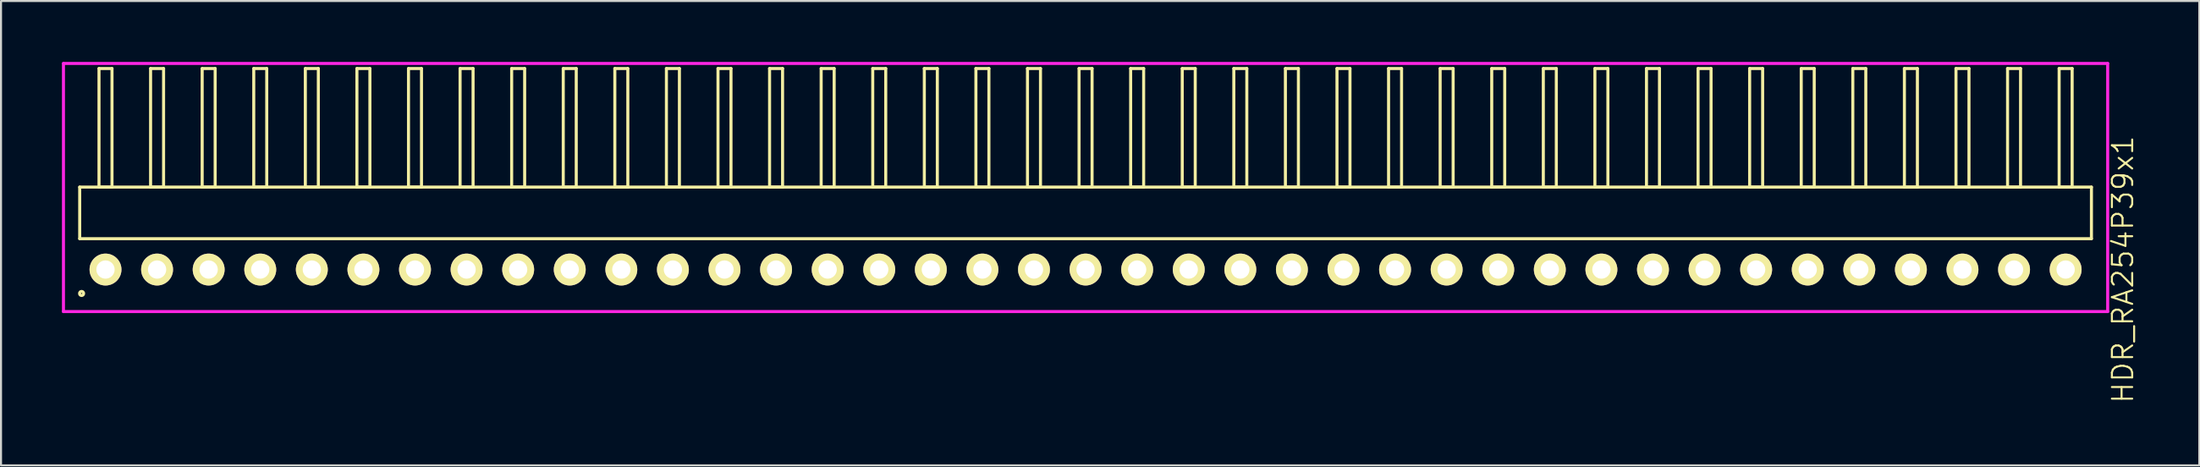
<source format=kicad_pcb>
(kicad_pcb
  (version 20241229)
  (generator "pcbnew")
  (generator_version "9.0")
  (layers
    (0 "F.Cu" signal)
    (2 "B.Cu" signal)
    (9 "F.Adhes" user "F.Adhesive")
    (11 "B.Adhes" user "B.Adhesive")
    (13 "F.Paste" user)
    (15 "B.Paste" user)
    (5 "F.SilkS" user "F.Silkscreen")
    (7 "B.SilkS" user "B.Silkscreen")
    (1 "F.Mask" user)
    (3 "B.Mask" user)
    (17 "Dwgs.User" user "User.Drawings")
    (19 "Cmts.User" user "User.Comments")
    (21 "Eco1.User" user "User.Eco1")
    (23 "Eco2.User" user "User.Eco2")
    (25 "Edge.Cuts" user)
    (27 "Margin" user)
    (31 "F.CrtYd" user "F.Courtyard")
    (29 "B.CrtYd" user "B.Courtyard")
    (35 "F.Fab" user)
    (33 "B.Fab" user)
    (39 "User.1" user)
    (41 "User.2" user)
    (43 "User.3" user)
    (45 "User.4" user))
  (footprint "HDR_RA254P39x1"
    (layer "F.Cu")
    (at 50.405 10.225)
    (property "Reference" "HDR_RA254P39x1" (at 51.08 0 90) (layer "F.SilkS") (effects (font (size 1 1) (thickness 0.1))))
    (attr through_hole)
    (fp_line (start -49.53 -4.06) (end -49.53 -1.52) (stroke (width 0.15) (type solid)) (layer "F.SilkS"))
    (fp_line (start -49.53 -1.52) (end 49.53 -1.52) (stroke (width 0.15) (type solid)) (layer "F.SilkS"))
    (fp_line (start -48.58 -9.9) (end -48.58 -4.06) (stroke (width 0.15) (type solid)) (layer "F.SilkS"))
    (fp_line (start -48.58 -4.06) (end -47.94 -4.06) (stroke (width 0.15) (type solid)) (layer "F.SilkS"))
    (fp_line (start -47.94 -9.9) (end -48.58 -9.9) (stroke (width 0.15) (type solid)) (layer "F.SilkS"))
    (fp_line (start -47.94 -4.06) (end -47.94 -9.9) (stroke (width 0.15) (type solid)) (layer "F.SilkS"))
    (fp_line (start -46.04 -9.9) (end -46.04 -4.06) (stroke (width 0.15) (type solid)) (layer "F.SilkS"))
    (fp_line (start -46.04 -4.06) (end -45.4 -4.06) (stroke (width 0.15) (type solid)) (layer "F.SilkS"))
    (fp_line (start -45.4 -9.9) (end -46.04 -9.9) (stroke (width 0.15) (type solid)) (layer "F.SilkS"))
    (fp_line (start -45.4 -4.06) (end -45.4 -9.9) (stroke (width 0.15) (type solid)) (layer "F.SilkS"))
    (fp_line (start -43.5 -9.9) (end -43.5 -4.06) (stroke (width 0.15) (type solid)) (layer "F.SilkS"))
    (fp_line (start -43.5 -4.06) (end -42.86 -4.06) (stroke (width 0.15) (type solid)) (layer "F.SilkS"))
    (fp_line (start -42.86 -9.9) (end -43.5 -9.9) (stroke (width 0.15) (type solid)) (layer "F.SilkS"))
    (fp_line (start -42.86 -4.06) (end -42.86 -9.9) (stroke (width 0.15) (type solid)) (layer "F.SilkS"))
    (fp_line (start -40.96 -9.9) (end -40.96 -4.06) (stroke (width 0.15) (type solid)) (layer "F.SilkS"))
    (fp_line (start -40.96 -4.06) (end -40.32 -4.06) (stroke (width 0.15) (type solid)) (layer "F.SilkS"))
    (fp_line (start -40.32 -9.9) (end -40.96 -9.9) (stroke (width 0.15) (type solid)) (layer "F.SilkS"))
    (fp_line (start -40.32 -4.06) (end -40.32 -9.9) (stroke (width 0.15) (type solid)) (layer "F.SilkS"))
    (fp_line (start -38.42 -9.9) (end -38.42 -4.06) (stroke (width 0.15) (type solid)) (layer "F.SilkS"))
    (fp_line (start -38.42 -4.06) (end -37.78 -4.06) (stroke (width 0.15) (type solid)) (layer "F.SilkS"))
    (fp_line (start -37.78 -9.9) (end -38.42 -9.9) (stroke (width 0.15) (type solid)) (layer "F.SilkS"))
    (fp_line (start -37.78 -4.06) (end -37.78 -9.9) (stroke (width 0.15) (type solid)) (layer "F.SilkS"))
    (fp_line (start -35.88 -9.9) (end -35.88 -4.06) (stroke (width 0.15) (type solid)) (layer "F.SilkS"))
    (fp_line (start -35.88 -4.06) (end -35.24 -4.06) (stroke (width 0.15) (type solid)) (layer "F.SilkS"))
    (fp_line (start -35.24 -9.9) (end -35.88 -9.9) (stroke (width 0.15) (type solid)) (layer "F.SilkS"))
    (fp_line (start -35.24 -4.06) (end -35.24 -9.9) (stroke (width 0.15) (type solid)) (layer "F.SilkS"))
    (fp_line (start -33.34 -9.9) (end -33.34 -4.06) (stroke (width 0.15) (type solid)) (layer "F.SilkS"))
    (fp_line (start -33.34 -4.06) (end -32.7 -4.06) (stroke (width 0.15) (type solid)) (layer "F.SilkS"))
    (fp_line (start -32.7 -9.9) (end -33.34 -9.9) (stroke (width 0.15) (type solid)) (layer "F.SilkS"))
    (fp_line (start -32.7 -4.06) (end -32.7 -9.9) (stroke (width 0.15) (type solid)) (layer "F.SilkS"))
    (fp_line (start -30.8 -9.9) (end -30.8 -4.06) (stroke (width 0.15) (type solid)) (layer "F.SilkS"))
    (fp_line (start -30.8 -4.06) (end -30.16 -4.06) (stroke (width 0.15) (type solid)) (layer "F.SilkS"))
    (fp_line (start -30.16 -9.9) (end -30.8 -9.9) (stroke (width 0.15) (type solid)) (layer "F.SilkS"))
    (fp_line (start -30.16 -4.06) (end -30.16 -9.9) (stroke (width 0.15) (type solid)) (layer "F.SilkS"))
    (fp_line (start -28.26 -9.9) (end -28.26 -4.06) (stroke (width 0.15) (type solid)) (layer "F.SilkS"))
    (fp_line (start -28.26 -4.06) (end -27.62 -4.06) (stroke (width 0.15) (type solid)) (layer "F.SilkS"))
    (fp_line (start -27.62 -9.9) (end -28.26 -9.9) (stroke (width 0.15) (type solid)) (layer "F.SilkS"))
    (fp_line (start -27.62 -4.06) (end -27.62 -9.9) (stroke (width 0.15) (type solid)) (layer "F.SilkS"))
    (fp_line (start -25.72 -9.9) (end -25.72 -4.06) (stroke (width 0.15) (type solid)) (layer "F.SilkS"))
    (fp_line (start -25.72 -4.06) (end -25.08 -4.06) (stroke (width 0.15) (type solid)) (layer "F.SilkS"))
    (fp_line (start -25.08 -9.9) (end -25.72 -9.9) (stroke (width 0.15) (type solid)) (layer "F.SilkS"))
    (fp_line (start -25.08 -4.06) (end -25.08 -9.9) (stroke (width 0.15) (type solid)) (layer "F.SilkS"))
    (fp_line (start -23.18 -9.9) (end -23.18 -4.06) (stroke (width 0.15) (type solid)) (layer "F.SilkS"))
    (fp_line (start -23.18 -4.06) (end -22.54 -4.06) (stroke (width 0.15) (type solid)) (layer "F.SilkS"))
    (fp_line (start -22.54 -9.9) (end -23.18 -9.9) (stroke (width 0.15) (type solid)) (layer "F.SilkS"))
    (fp_line (start -22.54 -4.06) (end -22.54 -9.9) (stroke (width 0.15) (type solid)) (layer "F.SilkS"))
    (fp_line (start -20.64 -9.9) (end -20.64 -4.06) (stroke (width 0.15) (type solid)) (layer "F.SilkS"))
    (fp_line (start -20.64 -4.06) (end -20 -4.06) (stroke (width 0.15) (type solid)) (layer "F.SilkS"))
    (fp_line (start -20 -9.9) (end -20.64 -9.9) (stroke (width 0.15) (type solid)) (layer "F.SilkS"))
    (fp_line (start -20 -4.06) (end -20 -9.9) (stroke (width 0.15) (type solid)) (layer "F.SilkS"))
    (fp_line (start -18.1 -9.9) (end -18.1 -4.06) (stroke (width 0.15) (type solid)) (layer "F.SilkS"))
    (fp_line (start -18.1 -4.06) (end -17.46 -4.06) (stroke (width 0.15) (type solid)) (layer "F.SilkS"))
    (fp_line (start -17.46 -9.9) (end -18.1 -9.9) (stroke (width 0.15) (type solid)) (layer "F.SilkS"))
    (fp_line (start -17.46 -4.06) (end -17.46 -9.9) (stroke (width 0.15) (type solid)) (layer "F.SilkS"))
    (fp_line (start -15.56 -9.9) (end -15.56 -4.06) (stroke (width 0.15) (type solid)) (layer "F.SilkS"))
    (fp_line (start -15.56 -4.06) (end -14.92 -4.06) (stroke (width 0.15) (type solid)) (layer "F.SilkS"))
    (fp_line (start -14.92 -9.9) (end -15.56 -9.9) (stroke (width 0.15) (type solid)) (layer "F.SilkS"))
    (fp_line (start -14.92 -4.06) (end -14.92 -9.9) (stroke (width 0.15) (type solid)) (layer "F.SilkS"))
    (fp_line (start -13.02 -9.9) (end -13.02 -4.06) (stroke (width 0.15) (type solid)) (layer "F.SilkS"))
    (fp_line (start -13.02 -4.06) (end -12.38 -4.06) (stroke (width 0.15) (type solid)) (layer "F.SilkS"))
    (fp_line (start -12.38 -9.9) (end -13.02 -9.9) (stroke (width 0.15) (type solid)) (layer "F.SilkS"))
    (fp_line (start -12.38 -4.06) (end -12.38 -9.9) (stroke (width 0.15) (type solid)) (layer "F.SilkS"))
    (fp_line (start -10.48 -9.9) (end -10.48 -4.06) (stroke (width 0.15) (type solid)) (layer "F.SilkS"))
    (fp_line (start -10.48 -4.06) (end -9.84 -4.06) (stroke (width 0.15) (type solid)) (layer "F.SilkS"))
    (fp_line (start -9.84 -9.9) (end -10.48 -9.9) (stroke (width 0.15) (type solid)) (layer "F.SilkS"))
    (fp_line (start -9.84 -4.06) (end -9.84 -9.9) (stroke (width 0.15) (type solid)) (layer "F.SilkS"))
    (fp_line (start -7.94 -9.9) (end -7.94 -4.06) (stroke (width 0.15) (type solid)) (layer "F.SilkS"))
    (fp_line (start -7.94 -4.06) (end -7.3 -4.06) (stroke (width 0.15) (type solid)) (layer "F.SilkS"))
    (fp_line (start -7.3 -9.9) (end -7.94 -9.9) (stroke (width 0.15) (type solid)) (layer "F.SilkS"))
    (fp_line (start -7.3 -4.06) (end -7.3 -9.9) (stroke (width 0.15) (type solid)) (layer "F.SilkS"))
    (fp_line (start -5.4 -9.9) (end -5.4 -4.06) (stroke (width 0.15) (type solid)) (layer "F.SilkS"))
    (fp_line (start -5.4 -4.06) (end -4.76 -4.06) (stroke (width 0.15) (type solid)) (layer "F.SilkS"))
    (fp_line (start -4.76 -9.9) (end -5.4 -9.9) (stroke (width 0.15) (type solid)) (layer "F.SilkS"))
    (fp_line (start -4.76 -4.06) (end -4.76 -9.9) (stroke (width 0.15) (type solid)) (layer "F.SilkS"))
    (fp_line (start -2.86 -9.9) (end -2.86 -4.06) (stroke (width 0.15) (type solid)) (layer "F.SilkS"))
    (fp_line (start -2.86 -4.06) (end -2.22 -4.06) (stroke (width 0.15) (type solid)) (layer "F.SilkS"))
    (fp_line (start -2.22 -9.9) (end -2.86 -9.9) (stroke (width 0.15) (type solid)) (layer "F.SilkS"))
    (fp_line (start -2.22 -4.06) (end -2.22 -9.9) (stroke (width 0.15) (type solid)) (layer "F.SilkS"))
    (fp_line (start -0.32 -9.9) (end -0.32 -4.06) (stroke (width 0.15) (type solid)) (layer "F.SilkS"))
    (fp_line (start -0.32 -4.06) (end 0.32 -4.06) (stroke (width 0.15) (type solid)) (layer "F.SilkS"))
    (fp_line (start 0.32 -9.9) (end -0.32 -9.9) (stroke (width 0.15) (type solid)) (layer "F.SilkS"))
    (fp_line (start 0.32 -4.06) (end 0.32 -9.9) (stroke (width 0.15) (type solid)) (layer "F.SilkS"))
    (fp_line (start 2.22 -9.9) (end 2.22 -4.06) (stroke (width 0.15) (type solid)) (layer "F.SilkS"))
    (fp_line (start 2.22 -4.06) (end 2.86 -4.06) (stroke (width 0.15) (type solid)) (layer "F.SilkS"))
    (fp_line (start 2.86 -9.9) (end 2.22 -9.9) (stroke (width 0.15) (type solid)) (layer "F.SilkS"))
    (fp_line (start 2.86 -4.06) (end 2.86 -9.9) (stroke (width 0.15) (type solid)) (layer "F.SilkS"))
    (fp_line (start 4.76 -9.9) (end 4.76 -4.06) (stroke (width 0.15) (type solid)) (layer "F.SilkS"))
    (fp_line (start 4.76 -4.06) (end 5.4 -4.06) (stroke (width 0.15) (type solid)) (layer "F.SilkS"))
    (fp_line (start 5.4 -9.9) (end 4.76 -9.9) (stroke (width 0.15) (type solid)) (layer "F.SilkS"))
    (fp_line (start 5.4 -4.06) (end 5.4 -9.9) (stroke (width 0.15) (type solid)) (layer "F.SilkS"))
    (fp_line (start 7.3 -9.9) (end 7.3 -4.06) (stroke (width 0.15) (type solid)) (layer "F.SilkS"))
    (fp_line (start 7.3 -4.06) (end 7.94 -4.06) (stroke (width 0.15) (type solid)) (layer "F.SilkS"))
    (fp_line (start 7.94 -9.9) (end 7.3 -9.9) (stroke (width 0.15) (type solid)) (layer "F.SilkS"))
    (fp_line (start 7.94 -4.06) (end 7.94 -9.9) (stroke (width 0.15) (type solid)) (layer "F.SilkS"))
    (fp_line (start 9.84 -9.9) (end 9.84 -4.06) (stroke (width 0.15) (type solid)) (layer "F.SilkS"))
    (fp_line (start 9.84 -4.06) (end 10.48 -4.06) (stroke (width 0.15) (type solid)) (layer "F.SilkS"))
    (fp_line (start 10.48 -9.9) (end 9.84 -9.9) (stroke (width 0.15) (type solid)) (layer "F.SilkS"))
    (fp_line (start 10.48 -4.06) (end 10.48 -9.9) (stroke (width 0.15) (type solid)) (layer "F.SilkS"))
    (fp_line (start 12.38 -9.9) (end 12.38 -4.06) (stroke (width 0.15) (type solid)) (layer "F.SilkS"))
    (fp_line (start 12.38 -4.06) (end 13.02 -4.06) (stroke (width 0.15) (type solid)) (layer "F.SilkS"))
    (fp_line (start 13.02 -9.9) (end 12.38 -9.9) (stroke (width 0.15) (type solid)) (layer "F.SilkS"))
    (fp_line (start 13.02 -4.06) (end 13.02 -9.9) (stroke (width 0.15) (type solid)) (layer "F.SilkS"))
    (fp_line (start 14.92 -9.9) (end 14.92 -4.06) (stroke (width 0.15) (type solid)) (layer "F.SilkS"))
    (fp_line (start 14.92 -4.06) (end 15.56 -4.06) (stroke (width 0.15) (type solid)) (layer "F.SilkS"))
    (fp_line (start 15.56 -9.9) (end 14.92 -9.9) (stroke (width 0.15) (type solid)) (layer "F.SilkS"))
    (fp_line (start 15.56 -4.06) (end 15.56 -9.9) (stroke (width 0.15) (type solid)) (layer "F.SilkS"))
    (fp_line (start 17.46 -9.9) (end 17.46 -4.06) (stroke (width 0.15) (type solid)) (layer "F.SilkS"))
    (fp_line (start 17.46 -4.06) (end 18.1 -4.06) (stroke (width 0.15) (type solid)) (layer "F.SilkS"))
    (fp_line (start 18.1 -9.9) (end 17.46 -9.9) (stroke (width 0.15) (type solid)) (layer "F.SilkS"))
    (fp_line (start 18.1 -4.06) (end 18.1 -9.9) (stroke (width 0.15) (type solid)) (layer "F.SilkS"))
    (fp_line (start 20 -9.9) (end 20 -4.06) (stroke (width 0.15) (type solid)) (layer "F.SilkS"))
    (fp_line (start 20 -4.06) (end 20.64 -4.06) (stroke (width 0.15) (type solid)) (layer "F.SilkS"))
    (fp_line (start 20.64 -9.9) (end 20 -9.9) (stroke (width 0.15) (type solid)) (layer "F.SilkS"))
    (fp_line (start 20.64 -4.06) (end 20.64 -9.9) (stroke (width 0.15) (type solid)) (layer "F.SilkS"))
    (fp_line (start 22.54 -9.9) (end 22.54 -4.06) (stroke (width 0.15) (type solid)) (layer "F.SilkS"))
    (fp_line (start 22.54 -4.06) (end 23.18 -4.06) (stroke (width 0.15) (type solid)) (layer "F.SilkS"))
    (fp_line (start 23.18 -9.9) (end 22.54 -9.9) (stroke (width 0.15) (type solid)) (layer "F.SilkS"))
    (fp_line (start 23.18 -4.06) (end 23.18 -9.9) (stroke (width 0.15) (type solid)) (layer "F.SilkS"))
    (fp_line (start 25.08 -9.9) (end 25.08 -4.06) (stroke (width 0.15) (type solid)) (layer "F.SilkS"))
    (fp_line (start 25.08 -4.06) (end 25.72 -4.06) (stroke (width 0.15) (type solid)) (layer "F.SilkS"))
    (fp_line (start 25.72 -9.9) (end 25.08 -9.9) (stroke (width 0.15) (type solid)) (layer "F.SilkS"))
    (fp_line (start 25.72 -4.06) (end 25.72 -9.9) (stroke (width 0.15) (type solid)) (layer "F.SilkS"))
    (fp_line (start 27.62 -9.9) (end 27.62 -4.06) (stroke (width 0.15) (type solid)) (layer "F.SilkS"))
    (fp_line (start 27.62 -4.06) (end 28.26 -4.06) (stroke (width 0.15) (type solid)) (layer "F.SilkS"))
    (fp_line (start 28.26 -9.9) (end 27.62 -9.9) (stroke (width 0.15) (type solid)) (layer "F.SilkS"))
    (fp_line (start 28.26 -4.06) (end 28.26 -9.9) (stroke (width 0.15) (type solid)) (layer "F.SilkS"))
    (fp_line (start 30.16 -9.9) (end 30.16 -4.06) (stroke (width 0.15) (type solid)) (layer "F.SilkS"))
    (fp_line (start 30.16 -4.06) (end 30.8 -4.06) (stroke (width 0.15) (type solid)) (layer "F.SilkS"))
    (fp_line (start 30.8 -9.9) (end 30.16 -9.9) (stroke (width 0.15) (type solid)) (layer "F.SilkS"))
    (fp_line (start 30.8 -4.06) (end 30.8 -9.9) (stroke (width 0.15) (type solid)) (layer "F.SilkS"))
    (fp_line (start 32.7 -9.9) (end 32.7 -4.06) (stroke (width 0.15) (type solid)) (layer "F.SilkS"))
    (fp_line (start 32.7 -4.06) (end 33.34 -4.06) (stroke (width 0.15) (type solid)) (layer "F.SilkS"))
    (fp_line (start 33.34 -9.9) (end 32.7 -9.9) (stroke (width 0.15) (type solid)) (layer "F.SilkS"))
    (fp_line (start 33.34 -4.06) (end 33.34 -9.9) (stroke (width 0.15) (type solid)) (layer "F.SilkS"))
    (fp_line (start 35.24 -9.9) (end 35.24 -4.06) (stroke (width 0.15) (type solid)) (layer "F.SilkS"))
    (fp_line (start 35.24 -4.06) (end 35.88 -4.06) (stroke (width 0.15) (type solid)) (layer "F.SilkS"))
    (fp_line (start 35.88 -9.9) (end 35.24 -9.9) (stroke (width 0.15) (type solid)) (layer "F.SilkS"))
    (fp_line (start 35.88 -4.06) (end 35.88 -9.9) (stroke (width 0.15) (type solid)) (layer "F.SilkS"))
    (fp_line (start 37.78 -9.9) (end 37.78 -4.06) (stroke (width 0.15) (type solid)) (layer "F.SilkS"))
    (fp_line (start 37.78 -4.06) (end 38.42 -4.06) (stroke (width 0.15) (type solid)) (layer "F.SilkS"))
    (fp_line (start 38.42 -9.9) (end 37.78 -9.9) (stroke (width 0.15) (type solid)) (layer "F.SilkS"))
    (fp_line (start 38.42 -4.06) (end 38.42 -9.9) (stroke (width 0.15) (type solid)) (layer "F.SilkS"))
    (fp_line (start 40.32 -9.9) (end 40.32 -4.06) (stroke (width 0.15) (type solid)) (layer "F.SilkS"))
    (fp_line (start 40.32 -4.06) (end 40.96 -4.06) (stroke (width 0.15) (type solid)) (layer "F.SilkS"))
    (fp_line (start 40.96 -9.9) (end 40.32 -9.9) (stroke (width 0.15) (type solid)) (layer "F.SilkS"))
    (fp_line (start 40.96 -4.06) (end 40.96 -9.9) (stroke (width 0.15) (type solid)) (layer "F.SilkS"))
    (fp_line (start 42.86 -9.9) (end 42.86 -4.06) (stroke (width 0.15) (type solid)) (layer "F.SilkS"))
    (fp_line (start 42.86 -4.06) (end 43.5 -4.06) (stroke (width 0.15) (type solid)) (layer "F.SilkS"))
    (fp_line (start 43.5 -9.9) (end 42.86 -9.9) (stroke (width 0.15) (type solid)) (layer "F.SilkS"))
    (fp_line (start 43.5 -4.06) (end 43.5 -9.9) (stroke (width 0.15) (type solid)) (layer "F.SilkS"))
    (fp_line (start 45.4 -9.9) (end 45.4 -4.06) (stroke (width 0.15) (type solid)) (layer "F.SilkS"))
    (fp_line (start 45.4 -4.06) (end 46.04 -4.06) (stroke (width 0.15) (type solid)) (layer "F.SilkS"))
    (fp_line (start 46.04 -9.9) (end 45.4 -9.9) (stroke (width 0.15) (type solid)) (layer "F.SilkS"))
    (fp_line (start 46.04 -4.06) (end 46.04 -9.9) (stroke (width 0.15) (type solid)) (layer "F.SilkS"))
    (fp_line (start 47.94 -9.9) (end 47.94 -4.06) (stroke (width 0.15) (type solid)) (layer "F.SilkS"))
    (fp_line (start 47.94 -4.06) (end 48.58 -4.06) (stroke (width 0.15) (type solid)) (layer "F.SilkS"))
    (fp_line (start 48.58 -9.9) (end 47.94 -9.9) (stroke (width 0.15) (type solid)) (layer "F.SilkS"))
    (fp_line (start 48.58 -4.06) (end 48.58 -9.9) (stroke (width 0.15) (type solid)) (layer "F.SilkS"))
    (fp_line (start 49.53 -4.06) (end -49.53 -4.06) (stroke (width 0.15) (type solid)) (layer "F.SilkS"))
    (fp_line (start 49.53 -1.52) (end 49.53 -4.06) (stroke (width 0.15) (type solid)) (layer "F.SilkS"))
    (fp_circle (center -49.437 1.178) (end -49.337 1.178) (stroke (width 0.15) (type solid)) (fill no) (layer "F.SilkS"))
    (fp_line (start -50.33 -10.15) (end -50.33 2.07) (stroke (width 0.15) (type solid)) (layer "F.CrtYd"))
    (fp_line (start -50.33 2.07) (end 50.33 2.07) (stroke (width 0.15) (type solid)) (layer "F.CrtYd"))
    (fp_line (start 50.33 -10.15) (end -50.33 -10.15) (stroke (width 0.15) (type solid)) (layer "F.CrtYd"))
    (fp_line (start 50.33 2.07) (end 50.33 -10.15) (stroke (width 0.15) (type solid)) (layer "F.CrtYd"))
    (pad "1" thru_hole oval (at -48.26 0) (size 1.57 1.57) (drill 0.9) (layers "*.Cu" "*.Mask" "F.SilkS"))
    (pad "2" thru_hole oval (at -45.72 0) (size 1.57 1.57) (drill 0.9) (layers "*.Cu" "*.Mask" "F.SilkS"))
    (pad "3" thru_hole oval (at -43.18 0) (size 1.57 1.57) (drill 0.9) (layers "*.Cu" "*.Mask" "F.SilkS"))
    (pad "4" thru_hole oval (at -40.64 0) (size 1.57 1.57) (drill 0.9) (layers "*.Cu" "*.Mask" "F.SilkS"))
    (pad "5" thru_hole oval (at -38.1 0) (size 1.57 1.57) (drill 0.9) (layers "*.Cu" "*.Mask" "F.SilkS"))
    (pad "6" thru_hole oval (at -35.56 0) (size 1.57 1.57) (drill 0.9) (layers "*.Cu" "*.Mask" "F.SilkS"))
    (pad "7" thru_hole oval (at -33.02 0) (size 1.57 1.57) (drill 0.9) (layers "*.Cu" "*.Mask" "F.SilkS"))
    (pad "8" thru_hole oval (at -30.48 0) (size 1.57 1.57) (drill 0.9) (layers "*.Cu" "*.Mask" "F.SilkS"))
    (pad "9" thru_hole oval (at -27.94 0) (size 1.57 1.57) (drill 0.9) (layers "*.Cu" "*.Mask" "F.SilkS"))
    (pad "10" thru_hole oval (at -25.4 0) (size 1.57 1.57) (drill 0.9) (layers "*.Cu" "*.Mask" "F.SilkS"))
    (pad "11" thru_hole oval (at -22.86 0) (size 1.57 1.57) (drill 0.9) (layers "*.Cu" "*.Mask" "F.SilkS"))
    (pad "12" thru_hole oval (at -20.32 0) (size 1.57 1.57) (drill 0.9) (layers "*.Cu" "*.Mask" "F.SilkS"))
    (pad "13" thru_hole oval (at -17.78 0) (size 1.57 1.57) (drill 0.9) (layers "*.Cu" "*.Mask" "F.SilkS"))
    (pad "14" thru_hole oval (at -15.24 0) (size 1.57 1.57) (drill 0.9) (layers "*.Cu" "*.Mask" "F.SilkS"))
    (pad "15" thru_hole oval (at -12.7 0) (size 1.57 1.57) (drill 0.9) (layers "*.Cu" "*.Mask" "F.SilkS"))
    (pad "16" thru_hole oval (at -10.16 0) (size 1.57 1.57) (drill 0.9) (layers "*.Cu" "*.Mask" "F.SilkS"))
    (pad "17" thru_hole oval (at -7.62 0) (size 1.57 1.57) (drill 0.9) (layers "*.Cu" "*.Mask" "F.SilkS"))
    (pad "18" thru_hole oval (at -5.08 0) (size 1.57 1.57) (drill 0.9) (layers "*.Cu" "*.Mask" "F.SilkS"))
    (pad "19" thru_hole oval (at -2.54 0) (size 1.57 1.57) (drill 0.9) (layers "*.Cu" "*.Mask" "F.SilkS"))
    (pad "20" thru_hole oval (at 0 0) (size 1.57 1.57) (drill 0.9) (layers "*.Cu" "*.Mask" "F.SilkS"))
    (pad "21" thru_hole oval (at 2.54 0) (size 1.57 1.57) (drill 0.9) (layers "*.Cu" "*.Mask" "F.SilkS"))
    (pad "22" thru_hole oval (at 5.08 0) (size 1.57 1.57) (drill 0.9) (layers "*.Cu" "*.Mask" "F.SilkS"))
    (pad "23" thru_hole oval (at 7.62 0) (size 1.57 1.57) (drill 0.9) (layers "*.Cu" "*.Mask" "F.SilkS"))
    (pad "24" thru_hole oval (at 10.16 0) (size 1.57 1.57) (drill 0.9) (layers "*.Cu" "*.Mask" "F.SilkS"))
    (pad "25" thru_hole oval (at 12.7 0) (size 1.57 1.57) (drill 0.9) (layers "*.Cu" "*.Mask" "F.SilkS"))
    (pad "26" thru_hole oval (at 15.24 0) (size 1.57 1.57) (drill 0.9) (layers "*.Cu" "*.Mask" "F.SilkS"))
    (pad "27" thru_hole oval (at 17.78 0) (size 1.57 1.57) (drill 0.9) (layers "*.Cu" "*.Mask" "F.SilkS"))
    (pad "28" thru_hole oval (at 20.32 0) (size 1.57 1.57) (drill 0.9) (layers "*.Cu" "*.Mask" "F.SilkS"))
    (pad "29" thru_hole oval (at 22.86 0) (size 1.57 1.57) (drill 0.9) (layers "*.Cu" "*.Mask" "F.SilkS"))
    (pad "30" thru_hole oval (at 25.4 0) (size 1.57 1.57) (drill 0.9) (layers "*.Cu" "*.Mask" "F.SilkS"))
    (pad "31" thru_hole oval (at 27.94 0) (size 1.57 1.57) (drill 0.9) (layers "*.Cu" "*.Mask" "F.SilkS"))
    (pad "32" thru_hole oval (at 30.48 0) (size 1.57 1.57) (drill 0.9) (layers "*.Cu" "*.Mask" "F.SilkS"))
    (pad "33" thru_hole oval (at 33.02 0) (size 1.57 1.57) (drill 0.9) (layers "*.Cu" "*.Mask" "F.SilkS"))
    (pad "34" thru_hole oval (at 35.56 0) (size 1.57 1.57) (drill 0.9) (layers "*.Cu" "*.Mask" "F.SilkS"))
    (pad "35" thru_hole oval (at 38.1 0) (size 1.57 1.57) (drill 0.9) (layers "*.Cu" "*.Mask" "F.SilkS"))
    (pad "36" thru_hole oval (at 40.64 0) (size 1.57 1.57) (drill 0.9) (layers "*.Cu" "*.Mask" "F.SilkS"))
    (pad "37" thru_hole oval (at 43.18 0) (size 1.57 1.57) (drill 0.9) (layers "*.Cu" "*.Mask" "F.SilkS"))
    (pad "38" thru_hole oval (at 45.72 0) (size 1.57 1.57) (drill 0.9) (layers "*.Cu" "*.Mask" "F.SilkS"))
    (pad "39" thru_hole oval (at 48.26 0) (size 1.57 1.57) (drill 0.9) (layers "*.Cu" "*.Mask" "F.SilkS")))
  (gr_rect
    (start -3 -3)
    (end 105.246 19.87)
    (stroke (width 0.1) (type default))
    (fill no)
    (layer "Edge.Cuts")))
</source>
